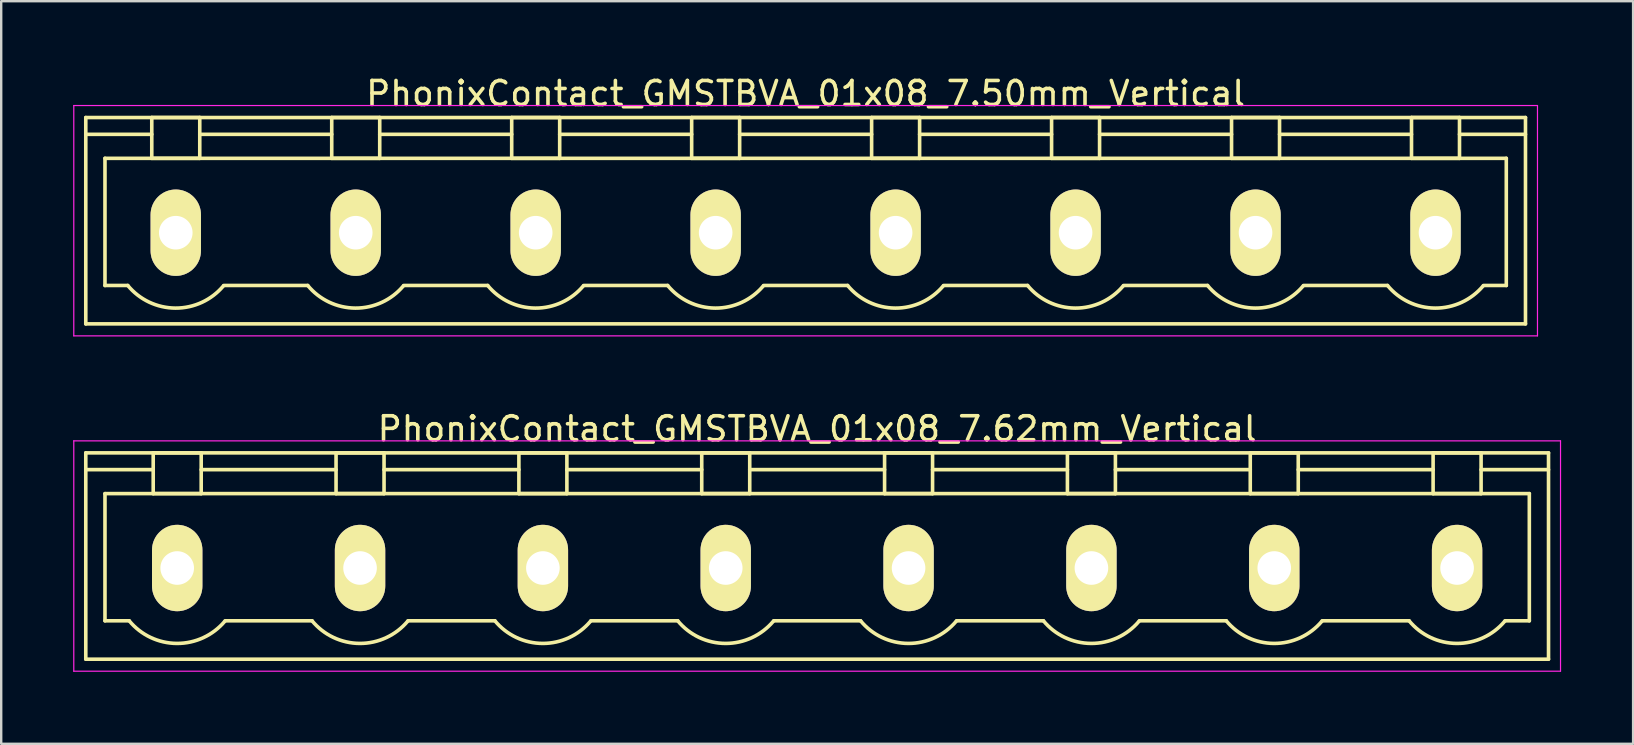
<source format=kicad_pcb>
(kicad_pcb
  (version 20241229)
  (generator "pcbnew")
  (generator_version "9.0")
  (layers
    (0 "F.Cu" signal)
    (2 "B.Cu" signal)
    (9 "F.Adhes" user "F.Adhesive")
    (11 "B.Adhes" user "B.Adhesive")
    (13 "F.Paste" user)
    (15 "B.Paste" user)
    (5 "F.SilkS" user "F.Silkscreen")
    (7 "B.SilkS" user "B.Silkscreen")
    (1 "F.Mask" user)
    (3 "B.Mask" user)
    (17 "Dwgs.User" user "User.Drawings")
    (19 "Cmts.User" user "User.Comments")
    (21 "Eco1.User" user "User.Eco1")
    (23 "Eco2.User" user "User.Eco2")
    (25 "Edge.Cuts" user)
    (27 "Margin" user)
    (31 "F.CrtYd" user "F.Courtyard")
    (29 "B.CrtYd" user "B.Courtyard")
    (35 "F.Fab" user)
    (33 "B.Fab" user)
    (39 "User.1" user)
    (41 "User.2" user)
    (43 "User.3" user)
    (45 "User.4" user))
  (footprint "PhonixContact_GMSTBVA_01x08_7.62mm_Vertical"
    (layer "F.Cu")
    (at 4.335 20.622)
    (property "Reference" "PhonixContact_GMSTBVA_01x08_7.62mm_Vertical" (at 26.67 -5.8 0) (layer "F.SilkS") (effects (font (size 1 1) (thickness 0.15))))
    (attr through_hole)
    (fp_line (start -3.81 -4.8) (end -3.81 3.8) (stroke (width 0.15) (type solid)) (layer "F.SilkS"))
    (fp_line (start -3.81 -4.1) (end -1 -4.1) (stroke (width 0.15) (type solid)) (layer "F.SilkS"))
    (fp_line (start -3.81 3.8) (end 57.15 3.8) (stroke (width 0.15) (type solid)) (layer "F.SilkS"))
    (fp_line (start -3.01 -3.1) (end 56.35 -3.1) (stroke (width 0.15) (type solid)) (layer "F.SilkS"))
    (fp_line (start -3.01 2.2) (end -3.01 -3.1) (stroke (width 0.15) (type solid)) (layer "F.SilkS"))
    (fp_line (start -2 2.2) (end -3.01 2.2) (stroke (width 0.15) (type solid)) (layer "F.SilkS"))
    (fp_line (start -1 -4.8) (end 1 -4.8) (stroke (width 0.15) (type solid)) (layer "F.SilkS"))
    (fp_line (start -1 -3.1) (end -1 -4.8) (stroke (width 0.15) (type solid)) (layer "F.SilkS"))
    (fp_line (start 1 -4.8) (end 1 -3.1) (stroke (width 0.15) (type solid)) (layer "F.SilkS"))
    (fp_line (start 1 -4.1) (end 6.62 -4.1) (stroke (width 0.15) (type solid)) (layer "F.SilkS"))
    (fp_line (start 1 -3.1) (end -1 -3.1) (stroke (width 0.15) (type solid)) (layer "F.SilkS"))
    (fp_line (start 2 2.2) (end 5.62 2.2) (stroke (width 0.15) (type solid)) (layer "F.SilkS"))
    (fp_line (start 6.62 -4.8) (end 8.62 -4.8) (stroke (width 0.15) (type solid)) (layer "F.SilkS"))
    (fp_line (start 6.62 -3.1) (end 6.62 -4.8) (stroke (width 0.15) (type solid)) (layer "F.SilkS"))
    (fp_line (start 8.62 -4.8) (end 8.62 -3.1) (stroke (width 0.15) (type solid)) (layer "F.SilkS"))
    (fp_line (start 8.62 -4.1) (end 14.24 -4.1) (stroke (width 0.15) (type solid)) (layer "F.SilkS"))
    (fp_line (start 8.62 -3.1) (end 6.62 -3.1) (stroke (width 0.15) (type solid)) (layer "F.SilkS"))
    (fp_line (start 9.62 2.2) (end 13.24 2.2) (stroke (width 0.15) (type solid)) (layer "F.SilkS"))
    (fp_line (start 14.24 -4.8) (end 16.24 -4.8) (stroke (width 0.15) (type solid)) (layer "F.SilkS"))
    (fp_line (start 14.24 -3.1) (end 14.24 -4.8) (stroke (width 0.15) (type solid)) (layer "F.SilkS"))
    (fp_line (start 16.24 -4.8) (end 16.24 -3.1) (stroke (width 0.15) (type solid)) (layer "F.SilkS"))
    (fp_line (start 16.24 -4.1) (end 21.86 -4.1) (stroke (width 0.15) (type solid)) (layer "F.SilkS"))
    (fp_line (start 16.24 -3.1) (end 14.24 -3.1) (stroke (width 0.15) (type solid)) (layer "F.SilkS"))
    (fp_line (start 17.24 2.2) (end 20.86 2.2) (stroke (width 0.15) (type solid)) (layer "F.SilkS"))
    (fp_line (start 21.86 -4.8) (end 23.86 -4.8) (stroke (width 0.15) (type solid)) (layer "F.SilkS"))
    (fp_line (start 21.86 -3.1) (end 21.86 -4.8) (stroke (width 0.15) (type solid)) (layer "F.SilkS"))
    (fp_line (start 23.86 -4.8) (end 23.86 -3.1) (stroke (width 0.15) (type solid)) (layer "F.SilkS"))
    (fp_line (start 23.86 -4.1) (end 29.48 -4.1) (stroke (width 0.15) (type solid)) (layer "F.SilkS"))
    (fp_line (start 23.86 -3.1) (end 21.86 -3.1) (stroke (width 0.15) (type solid)) (layer "F.SilkS"))
    (fp_line (start 24.86 2.2) (end 28.48 2.2) (stroke (width 0.15) (type solid)) (layer "F.SilkS"))
    (fp_line (start 29.48 -4.8) (end 31.48 -4.8) (stroke (width 0.15) (type solid)) (layer "F.SilkS"))
    (fp_line (start 29.48 -3.1) (end 29.48 -4.8) (stroke (width 0.15) (type solid)) (layer "F.SilkS"))
    (fp_line (start 31.48 -4.8) (end 31.48 -3.1) (stroke (width 0.15) (type solid)) (layer "F.SilkS"))
    (fp_line (start 31.48 -4.1) (end 37.1 -4.1) (stroke (width 0.15) (type solid)) (layer "F.SilkS"))
    (fp_line (start 31.48 -3.1) (end 29.48 -3.1) (stroke (width 0.15) (type solid)) (layer "F.SilkS"))
    (fp_line (start 32.48 2.2) (end 36.1 2.2) (stroke (width 0.15) (type solid)) (layer "F.SilkS"))
    (fp_line (start 37.1 -4.8) (end 39.1 -4.8) (stroke (width 0.15) (type solid)) (layer "F.SilkS"))
    (fp_line (start 37.1 -3.1) (end 37.1 -4.8) (stroke (width 0.15) (type solid)) (layer "F.SilkS"))
    (fp_line (start 39.1 -4.8) (end 39.1 -3.1) (stroke (width 0.15) (type solid)) (layer "F.SilkS"))
    (fp_line (start 39.1 -4.1) (end 44.72 -4.1) (stroke (width 0.15) (type solid)) (layer "F.SilkS"))
    (fp_line (start 39.1 -3.1) (end 37.1 -3.1) (stroke (width 0.15) (type solid)) (layer "F.SilkS"))
    (fp_line (start 40.1 2.2) (end 43.72 2.2) (stroke (width 0.15) (type solid)) (layer "F.SilkS"))
    (fp_line (start 44.72 -4.8) (end 46.72 -4.8) (stroke (width 0.15) (type solid)) (layer "F.SilkS"))
    (fp_line (start 44.72 -3.1) (end 44.72 -4.8) (stroke (width 0.15) (type solid)) (layer "F.SilkS"))
    (fp_line (start 46.72 -4.8) (end 46.72 -3.1) (stroke (width 0.15) (type solid)) (layer "F.SilkS"))
    (fp_line (start 46.72 -4.1) (end 52.34 -4.1) (stroke (width 0.15) (type solid)) (layer "F.SilkS"))
    (fp_line (start 46.72 -3.1) (end 44.72 -3.1) (stroke (width 0.15) (type solid)) (layer "F.SilkS"))
    (fp_line (start 47.72 2.2) (end 51.34 2.2) (stroke (width 0.15) (type solid)) (layer "F.SilkS"))
    (fp_line (start 52.34 -4.8) (end 54.34 -4.8) (stroke (width 0.15) (type solid)) (layer "F.SilkS"))
    (fp_line (start 52.34 -3.1) (end 52.34 -4.8) (stroke (width 0.15) (type solid)) (layer "F.SilkS"))
    (fp_line (start 54.34 -4.8) (end 54.34 -3.1) (stroke (width 0.15) (type solid)) (layer "F.SilkS"))
    (fp_line (start 54.34 -3.1) (end 52.34 -3.1) (stroke (width 0.15) (type solid)) (layer "F.SilkS"))
    (fp_line (start 56.35 -3.1) (end 56.35 2.2) (stroke (width 0.15) (type solid)) (layer "F.SilkS"))
    (fp_line (start 56.35 2.2) (end 55.34 2.2) (stroke (width 0.15) (type solid)) (layer "F.SilkS"))
    (fp_line (start 57.15 -4.8) (end -3.81 -4.8) (stroke (width 0.15) (type solid)) (layer "F.SilkS"))
    (fp_line (start 57.15 -4.1) (end 54.34 -4.1) (stroke (width 0.15) (type solid)) (layer "F.SilkS"))
    (fp_line (start 57.15 3.8) (end 57.15 -4.8) (stroke (width 0.15) (type solid)) (layer "F.SilkS"))
    (fp_arc (start 1.986842 2.215821) (mid -0.010289 3.142758) (end -2 2.2) (stroke (width 0.15) (type solid)) (layer "F.SilkS"))
    (fp_arc (start 9.606842 2.215821) (mid 7.609711 3.142758) (end 5.62 2.2) (stroke (width 0.15) (type solid)) (layer "F.SilkS"))
    (fp_arc (start 17.226842 2.215821) (mid 15.229711 3.142758) (end 13.24 2.2) (stroke (width 0.15) (type solid)) (layer "F.SilkS"))
    (fp_arc (start 24.846842 2.215821) (mid 22.849711 3.142758) (end 20.86 2.2) (stroke (width 0.15) (type solid)) (layer "F.SilkS"))
    (fp_arc (start 32.466842 2.215821) (mid 30.469711 3.142758) (end 28.48 2.2) (stroke (width 0.15) (type solid)) (layer "F.SilkS"))
    (fp_arc (start 40.086842 2.215821) (mid 38.089711 3.142758) (end 36.1 2.2) (stroke (width 0.15) (type solid)) (layer "F.SilkS"))
    (fp_arc (start 47.706842 2.215821) (mid 45.709711 3.142758) (end 43.72 2.2) (stroke (width 0.15) (type solid)) (layer "F.SilkS"))
    (fp_arc (start 55.326842 2.215821) (mid 53.329711 3.142758) (end 51.34 2.2) (stroke (width 0.15) (type solid)) (layer "F.SilkS"))
    (fp_line (start -4.31 -5.3) (end -4.31 4.3) (stroke (width 0.05) (type solid)) (layer "F.CrtYd"))
    (fp_line (start -4.31 4.3) (end 57.65 4.3) (stroke (width 0.05) (type solid)) (layer "F.CrtYd"))
    (fp_line (start 57.65 -5.3) (end -4.31 -5.3) (stroke (width 0.05) (type solid)) (layer "F.CrtYd"))
    (fp_line (start 57.65 4.3) (end 57.65 -5.3) (stroke (width 0.05) (type solid)) (layer "F.CrtYd"))
    (pad "1" thru_hole oval (at 0 0) (size 2.1 3.6) (drill 1.4) (layers "*.Cu" "*.Mask" "F.SilkS"))
    (pad "2" thru_hole oval (at 7.62 0) (size 2.1 3.6) (drill 1.4) (layers "*.Cu" "*.Mask" "F.SilkS"))
    (pad "3" thru_hole oval (at 15.24 0) (size 2.1 3.6) (drill 1.4) (layers "*.Cu" "*.Mask" "F.SilkS"))
    (pad "4" thru_hole oval (at 22.86 0) (size 2.1 3.6) (drill 1.4) (layers "*.Cu" "*.Mask" "F.SilkS"))
    (pad "5" thru_hole oval (at 30.48 0) (size 2.1 3.6) (drill 1.4) (layers "*.Cu" "*.Mask" "F.SilkS"))
    (pad "6" thru_hole oval (at 38.1 0) (size 2.1 3.6) (drill 1.4) (layers "*.Cu" "*.Mask" "F.SilkS"))
    (pad "7" thru_hole oval (at 45.72 0) (size 2.1 3.6) (drill 1.4) (layers "*.Cu" "*.Mask" "F.SilkS"))
    (pad "8" thru_hole oval (at 53.34 0) (size 2.1 3.6) (drill 1.4) (layers "*.Cu" "*.Mask" "F.SilkS")))
  (footprint "PhonixContact_GMSTBVA_01x08_7.50mm_Vertical"
    (layer "F.Cu")
    (at 4.275 6.648)
    (property "Reference" "PhonixContact_GMSTBVA_01x08_7.50mm_Vertical" (at 26.25 -5.8 0) (layer "F.SilkS") (effects (font (size 1 1) (thickness 0.15))))
    (attr through_hole)
    (fp_line (start -3.75 -4.8) (end -3.75 3.8) (stroke (width 0.15) (type solid)) (layer "F.SilkS"))
    (fp_line (start -3.75 -4.1) (end -1 -4.1) (stroke (width 0.15) (type solid)) (layer "F.SilkS"))
    (fp_line (start -3.75 3.8) (end 56.25 3.8) (stroke (width 0.15) (type solid)) (layer "F.SilkS"))
    (fp_line (start -2.95 -3.1) (end 55.45 -3.1) (stroke (width 0.15) (type solid)) (layer "F.SilkS"))
    (fp_line (start -2.95 2.2) (end -2.95 -3.1) (stroke (width 0.15) (type solid)) (layer "F.SilkS"))
    (fp_line (start -2 2.2) (end -2.95 2.2) (stroke (width 0.15) (type solid)) (layer "F.SilkS"))
    (fp_line (start -1 -4.8) (end 1 -4.8) (stroke (width 0.15) (type solid)) (layer "F.SilkS"))
    (fp_line (start -1 -3.1) (end -1 -4.8) (stroke (width 0.15) (type solid)) (layer "F.SilkS"))
    (fp_line (start 1 -4.8) (end 1 -3.1) (stroke (width 0.15) (type solid)) (layer "F.SilkS"))
    (fp_line (start 1 -4.1) (end 6.5 -4.1) (stroke (width 0.15) (type solid)) (layer "F.SilkS"))
    (fp_line (start 1 -3.1) (end -1 -3.1) (stroke (width 0.15) (type solid)) (layer "F.SilkS"))
    (fp_line (start 2 2.2) (end 5.5 2.2) (stroke (width 0.15) (type solid)) (layer "F.SilkS"))
    (fp_line (start 6.5 -4.8) (end 8.5 -4.8) (stroke (width 0.15) (type solid)) (layer "F.SilkS"))
    (fp_line (start 6.5 -3.1) (end 6.5 -4.8) (stroke (width 0.15) (type solid)) (layer "F.SilkS"))
    (fp_line (start 8.5 -4.8) (end 8.5 -3.1) (stroke (width 0.15) (type solid)) (layer "F.SilkS"))
    (fp_line (start 8.5 -4.1) (end 14 -4.1) (stroke (width 0.15) (type solid)) (layer "F.SilkS"))
    (fp_line (start 8.5 -3.1) (end 6.5 -3.1) (stroke (width 0.15) (type solid)) (layer "F.SilkS"))
    (fp_line (start 9.5 2.2) (end 13 2.2) (stroke (width 0.15) (type solid)) (layer "F.SilkS"))
    (fp_line (start 14 -4.8) (end 16 -4.8) (stroke (width 0.15) (type solid)) (layer "F.SilkS"))
    (fp_line (start 14 -3.1) (end 14 -4.8) (stroke (width 0.15) (type solid)) (layer "F.SilkS"))
    (fp_line (start 16 -4.8) (end 16 -3.1) (stroke (width 0.15) (type solid)) (layer "F.SilkS"))
    (fp_line (start 16 -4.1) (end 21.5 -4.1) (stroke (width 0.15) (type solid)) (layer "F.SilkS"))
    (fp_line (start 16 -3.1) (end 14 -3.1) (stroke (width 0.15) (type solid)) (layer "F.SilkS"))
    (fp_line (start 17 2.2) (end 20.5 2.2) (stroke (width 0.15) (type solid)) (layer "F.SilkS"))
    (fp_line (start 21.5 -4.8) (end 23.5 -4.8) (stroke (width 0.15) (type solid)) (layer "F.SilkS"))
    (fp_line (start 21.5 -3.1) (end 21.5 -4.8) (stroke (width 0.15) (type solid)) (layer "F.SilkS"))
    (fp_line (start 23.5 -4.8) (end 23.5 -3.1) (stroke (width 0.15) (type solid)) (layer "F.SilkS"))
    (fp_line (start 23.5 -4.1) (end 29 -4.1) (stroke (width 0.15) (type solid)) (layer "F.SilkS"))
    (fp_line (start 23.5 -3.1) (end 21.5 -3.1) (stroke (width 0.15) (type solid)) (layer "F.SilkS"))
    (fp_line (start 24.5 2.2) (end 28 2.2) (stroke (width 0.15) (type solid)) (layer "F.SilkS"))
    (fp_line (start 29 -4.8) (end 31 -4.8) (stroke (width 0.15) (type solid)) (layer "F.SilkS"))
    (fp_line (start 29 -3.1) (end 29 -4.8) (stroke (width 0.15) (type solid)) (layer "F.SilkS"))
    (fp_line (start 31 -4.8) (end 31 -3.1) (stroke (width 0.15) (type solid)) (layer "F.SilkS"))
    (fp_line (start 31 -4.1) (end 36.5 -4.1) (stroke (width 0.15) (type solid)) (layer "F.SilkS"))
    (fp_line (start 31 -3.1) (end 29 -3.1) (stroke (width 0.15) (type solid)) (layer "F.SilkS"))
    (fp_line (start 32 2.2) (end 35.5 2.2) (stroke (width 0.15) (type solid)) (layer "F.SilkS"))
    (fp_line (start 36.5 -4.8) (end 38.5 -4.8) (stroke (width 0.15) (type solid)) (layer "F.SilkS"))
    (fp_line (start 36.5 -3.1) (end 36.5 -4.8) (stroke (width 0.15) (type solid)) (layer "F.SilkS"))
    (fp_line (start 38.5 -4.8) (end 38.5 -3.1) (stroke (width 0.15) (type solid)) (layer "F.SilkS"))
    (fp_line (start 38.5 -4.1) (end 44 -4.1) (stroke (width 0.15) (type solid)) (layer "F.SilkS"))
    (fp_line (start 38.5 -3.1) (end 36.5 -3.1) (stroke (width 0.15) (type solid)) (layer "F.SilkS"))
    (fp_line (start 39.5 2.2) (end 43 2.2) (stroke (width 0.15) (type solid)) (layer "F.SilkS"))
    (fp_line (start 44 -4.8) (end 46 -4.8) (stroke (width 0.15) (type solid)) (layer "F.SilkS"))
    (fp_line (start 44 -3.1) (end 44 -4.8) (stroke (width 0.15) (type solid)) (layer "F.SilkS"))
    (fp_line (start 46 -4.8) (end 46 -3.1) (stroke (width 0.15) (type solid)) (layer "F.SilkS"))
    (fp_line (start 46 -4.1) (end 51.5 -4.1) (stroke (width 0.15) (type solid)) (layer "F.SilkS"))
    (fp_line (start 46 -3.1) (end 44 -3.1) (stroke (width 0.15) (type solid)) (layer "F.SilkS"))
    (fp_line (start 47 2.2) (end 50.5 2.2) (stroke (width 0.15) (type solid)) (layer "F.SilkS"))
    (fp_line (start 51.5 -4.8) (end 53.5 -4.8) (stroke (width 0.15) (type solid)) (layer "F.SilkS"))
    (fp_line (start 51.5 -3.1) (end 51.5 -4.8) (stroke (width 0.15) (type solid)) (layer "F.SilkS"))
    (fp_line (start 53.5 -4.8) (end 53.5 -3.1) (stroke (width 0.15) (type solid)) (layer "F.SilkS"))
    (fp_line (start 53.5 -3.1) (end 51.5 -3.1) (stroke (width 0.15) (type solid)) (layer "F.SilkS"))
    (fp_line (start 55.45 -3.1) (end 55.45 2.2) (stroke (width 0.15) (type solid)) (layer "F.SilkS"))
    (fp_line (start 55.45 2.2) (end 54.5 2.2) (stroke (width 0.15) (type solid)) (layer "F.SilkS"))
    (fp_line (start 56.25 -4.8) (end -3.75 -4.8) (stroke (width 0.15) (type solid)) (layer "F.SilkS"))
    (fp_line (start 56.25 -4.1) (end 53.5 -4.1) (stroke (width 0.15) (type solid)) (layer "F.SilkS"))
    (fp_line (start 56.25 3.8) (end 56.25 -4.8) (stroke (width 0.15) (type solid)) (layer "F.SilkS"))
    (fp_arc (start 1.986842 2.215821) (mid -0.010289 3.142758) (end -2 2.2) (stroke (width 0.15) (type solid)) (layer "F.SilkS"))
    (fp_arc (start 9.486842 2.215821) (mid 7.489711 3.142758) (end 5.5 2.2) (stroke (width 0.15) (type solid)) (layer "F.SilkS"))
    (fp_arc (start 16.986842 2.215821) (mid 14.989711 3.142758) (end 13 2.2) (stroke (width 0.15) (type solid)) (layer "F.SilkS"))
    (fp_arc (start 24.486842 2.215821) (mid 22.489711 3.142758) (end 20.5 2.2) (stroke (width 0.15) (type solid)) (layer "F.SilkS"))
    (fp_arc (start 31.986842 2.215821) (mid 29.989711 3.142758) (end 28 2.2) (stroke (width 0.15) (type solid)) (layer "F.SilkS"))
    (fp_arc (start 39.486842 2.215821) (mid 37.489711 3.142758) (end 35.5 2.2) (stroke (width 0.15) (type solid)) (layer "F.SilkS"))
    (fp_arc (start 46.986842 2.215821) (mid 44.989711 3.142758) (end 43 2.2) (stroke (width 0.15) (type solid)) (layer "F.SilkS"))
    (fp_arc (start 54.486842 2.215821) (mid 52.489711 3.142758) (end 50.5 2.2) (stroke (width 0.15) (type solid)) (layer "F.SilkS"))
    (fp_line (start -4.25 -5.3) (end -4.25 4.3) (stroke (width 0.05) (type solid)) (layer "F.CrtYd"))
    (fp_line (start -4.25 4.3) (end 56.75 4.3) (stroke (width 0.05) (type solid)) (layer "F.CrtYd"))
    (fp_line (start 56.75 -5.3) (end -4.25 -5.3) (stroke (width 0.05) (type solid)) (layer "F.CrtYd"))
    (fp_line (start 56.75 4.3) (end 56.75 -5.3) (stroke (width 0.05) (type solid)) (layer "F.CrtYd"))
    (pad "1" thru_hole oval (at 0 0) (size 2.1 3.6) (drill 1.4) (layers "*.Cu" "*.Mask" "F.SilkS"))
    (pad "2" thru_hole oval (at 7.5 0) (size 2.1 3.6) (drill 1.4) (layers "*.Cu" "*.Mask" "F.SilkS"))
    (pad "3" thru_hole oval (at 15 0) (size 2.1 3.6) (drill 1.4) (layers "*.Cu" "*.Mask" "F.SilkS"))
    (pad "4" thru_hole oval (at 22.5 0) (size 2.1 3.6) (drill 1.4) (layers "*.Cu" "*.Mask" "F.SilkS"))
    (pad "5" thru_hole oval (at 30 0) (size 2.1 3.6) (drill 1.4) (layers "*.Cu" "*.Mask" "F.SilkS"))
    (pad "6" thru_hole oval (at 37.5 0) (size 2.1 3.6) (drill 1.4) (layers "*.Cu" "*.Mask" "F.SilkS"))
    (pad "7" thru_hole oval (at 45 0) (size 2.1 3.6) (drill 1.4) (layers "*.Cu" "*.Mask" "F.SilkS"))
    (pad "8" thru_hole oval (at 52.5 0) (size 2.1 3.6) (drill 1.4) (layers "*.Cu" "*.Mask" "F.SilkS")))
  (gr_rect
    (start -3 -3)
    (end 65.01 27.947)
    (stroke (width 0.1) (type default))
    (fill no)
    (layer "Edge.Cuts")))
</source>
